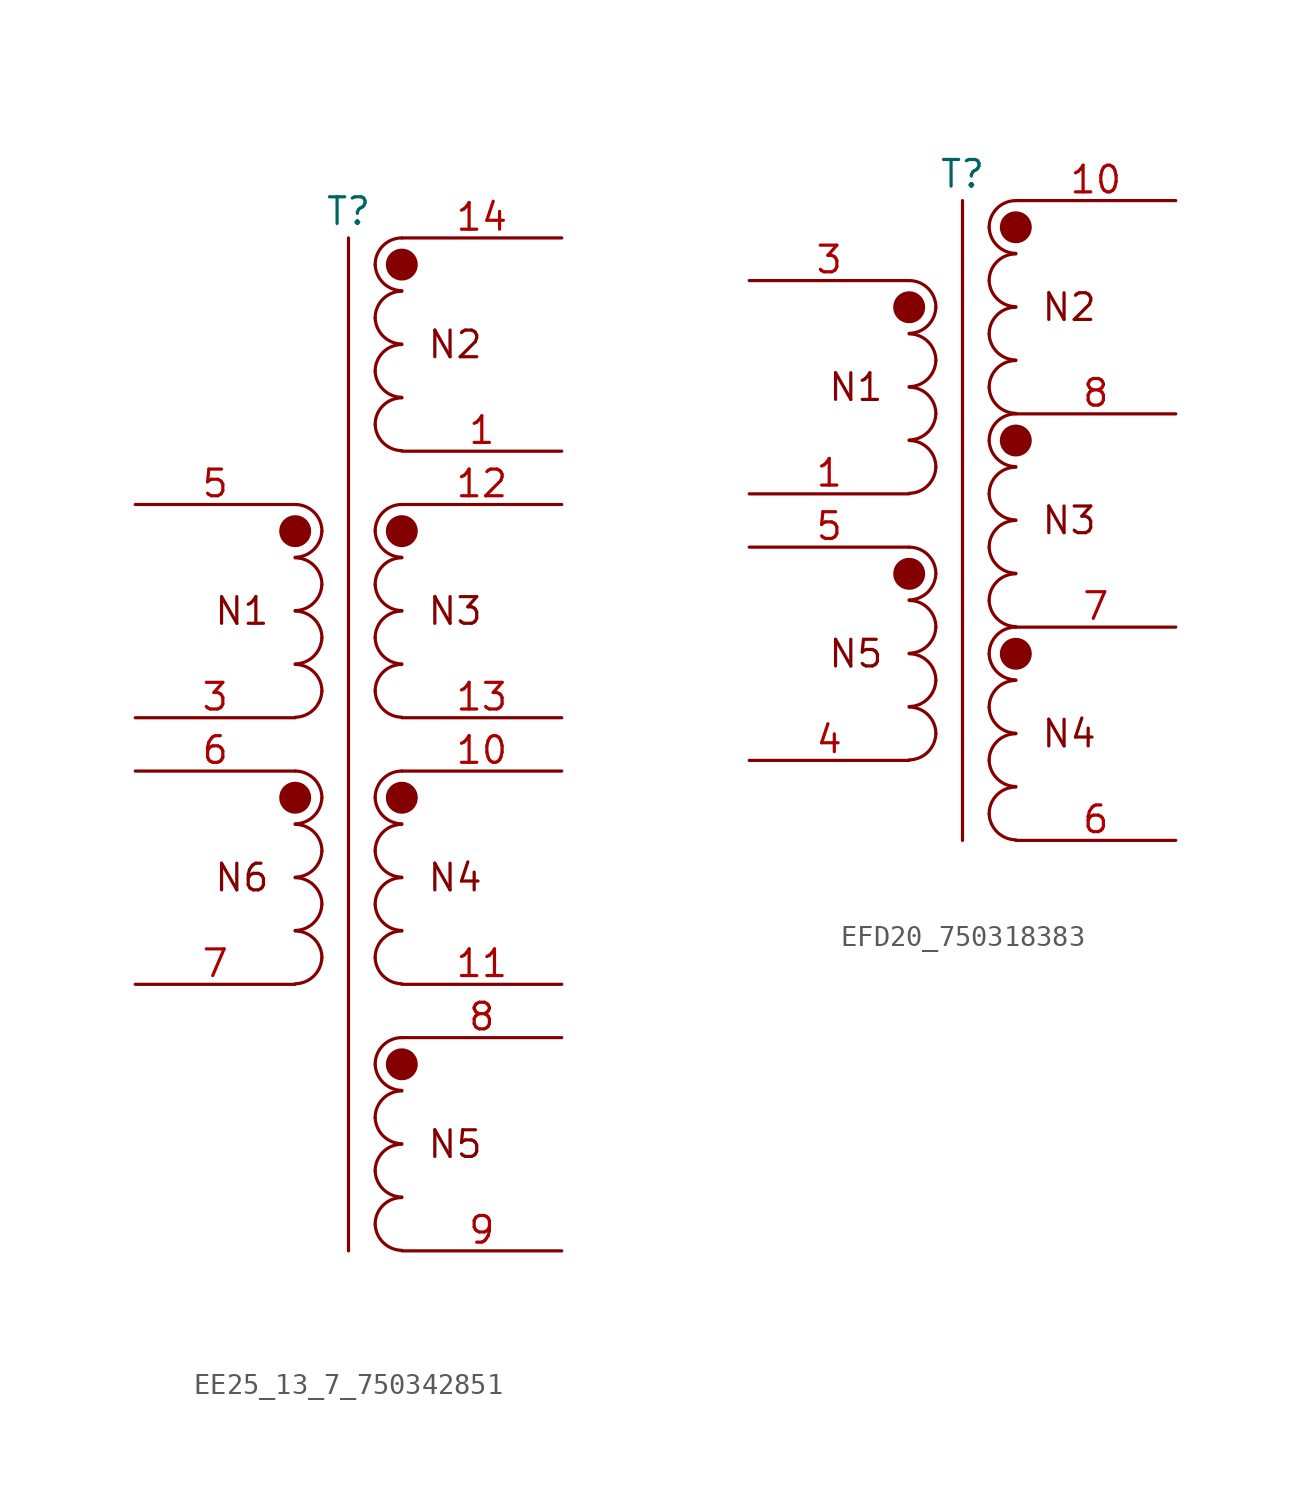
<source format=kicad_sym>
(kicad_symbol_lib
  (version 20220914)
  (generator kicad_symbol_editor)
  (symbol "EE25_13_7_750342851"
    (pin_names hide)
    (property "Reference" "T"
      (at 0 25.4 0)
      (effects (font (size 1.27 1.27))))
    (property "Critical Parameter" ""
      (at 0 -5.08 0)
      (effects (font (size 1.27 1.27)) (justify left)))
    (symbol "EE25_13_7_750342851_0_1"
      (arc (start -2.54 -11.4046) (mid -1.6561 -11.0363) (end -1.27 -10.16) (stroke (width 0) (type default)) (fill (type none)))
      (arc (start -2.54 -8.8646) (mid -1.6561 -8.4963) (end -1.27 -7.62) (stroke (width 0) (type default)) (fill (type none)))
      (arc (start -2.54 -6.3246) (mid -1.6561 -5.9563) (end -1.27 -5.08) (stroke (width 0) (type default)) (fill (type none)))
      (arc (start -2.54 -3.7846) (mid -1.6561 -3.4163) (end -1.27 -2.54) (stroke (width 0) (type default)) (fill (type none)))
      (arc (start -2.54 1.2954) (mid -1.6561 1.6637) (end -1.27 2.54) (stroke (width 0) (type default)) (fill (type none)))
      (arc (start -2.54 3.8354) (mid -1.6561 4.2037) (end -1.27 5.08) (stroke (width 0) (type default)) (fill (type none)))
      (arc (start -2.54 6.3754) (mid -1.6561 6.7437) (end -1.27 7.62) (stroke (width 0) (type default)) (fill (type none)))
      (arc (start -2.54 8.9154) (mid -1.6561 9.2837) (end -1.27 10.16) (stroke (width 0) (type default)) (fill (type none)))
      (arc (start -1.27 -10.16) (mid -1.642 -9.262) (end -2.54 -8.89) (stroke (width 0) (type default)) (fill (type none)))
      (arc (start -1.27 -7.62) (mid -1.642 -6.722) (end -2.54 -6.35) (stroke (width 0) (type default)) (fill (type none)))
      (arc (start -1.27 -5.08) (mid -1.642 -4.182) (end -2.54 -3.81) (stroke (width 0) (type default)) (fill (type none)))
      (arc (start -1.27 -2.54) (mid -1.642 -1.642) (end -2.54 -1.27) (stroke (width 0) (type default)) (fill (type none)))
      (arc (start -1.27 2.54) (mid -1.642 3.438) (end -2.54 3.81) (stroke (width 0) (type default)) (fill (type none)))
      (arc (start -1.27 5.08) (mid -1.642 5.978) (end -2.54 6.35) (stroke (width 0) (type default)) (fill (type none)))
      (arc (start -1.27 7.62) (mid -1.642 8.518) (end -2.54 8.89) (stroke (width 0) (type default)) (fill (type none)))
      (arc (start -1.27 10.16) (mid -1.642 11.058) (end -2.54 11.43) (stroke (width 0) (type default)) (fill (type none)))
      (polyline (pts (xy 0 -24.13) (xy 0 24.13)) (stroke (width 0) (type default)) (fill (type none)))
      (arc (start 1.27 -22.86) (mid 1.6561 -23.7363) (end 2.54 -24.1046) (stroke (width 0) (type default)) (fill (type none)))
      (arc (start 1.27 -20.32) (mid 1.6561 -21.1963) (end 2.54 -21.5646) (stroke (width 0) (type default)) (fill (type none)))
      (arc (start 1.27 -17.78) (mid 1.6561 -18.6563) (end 2.54 -19.0246) (stroke (width 0) (type default)) (fill (type none)))
      (arc (start 1.27 -15.24) (mid 1.6561 -16.1163) (end 2.54 -16.4846) (stroke (width 0) (type default)) (fill (type none)))
      (arc (start 1.27 -10.16) (mid 1.6561 -11.0363) (end 2.54 -11.4046) (stroke (width 0) (type default)) (fill (type none)))
      (arc (start 1.27 -7.62) (mid 1.6561 -8.4963) (end 2.54 -8.8646) (stroke (width 0) (type default)) (fill (type none)))
      (arc (start 1.27 -5.08) (mid 1.6561 -5.9563) (end 2.54 -6.3246) (stroke (width 0) (type default)) (fill (type none)))
      (arc (start 1.27 -2.54) (mid 1.6561 -3.4163) (end 2.54 -3.7846) (stroke (width 0) (type default)) (fill (type none)))
      (arc (start 1.27 2.54) (mid 1.6561 1.6637) (end 2.54 1.2954) (stroke (width 0) (type default)) (fill (type none)))
      (arc (start 1.27 5.08) (mid 1.6561 4.2037) (end 2.54 3.8354) (stroke (width 0) (type default)) (fill (type none)))
      (arc (start 1.27 7.62) (mid 1.6561 6.7437) (end 2.54 6.3754) (stroke (width 0) (type default)) (fill (type none)))
      (arc (start 1.27 10.16) (mid 1.6561 9.2837) (end 2.54 8.9154) (stroke (width 0) (type default)) (fill (type none)))
      (arc (start 1.27 15.24) (mid 1.6561 14.3637) (end 2.54 13.9954) (stroke (width 0) (type default)) (fill (type none)))
      (arc (start 1.27 17.78) (mid 1.6561 16.9037) (end 2.54 16.5354) (stroke (width 0) (type default)) (fill (type none)))
      (arc (start 1.27 20.32) (mid 1.6561 19.4437) (end 2.54 19.0754) (stroke (width 0) (type default)) (fill (type none)))
      (arc (start 1.27 22.86) (mid 1.6561 21.9837) (end 2.54 21.6154) (stroke (width 0) (type default)) (fill (type none)))
      (arc (start 2.54 -21.59) (mid 1.642 -21.962) (end 1.27 -22.86) (stroke (width 0) (type default)) (fill (type none)))
      (arc (start 2.54 -19.05) (mid 1.642 -19.422) (end 1.27 -20.32) (stroke (width 0) (type default)) (fill (type none)))
      (arc (start 2.54 -16.51) (mid 1.642 -16.882) (end 1.27 -17.78) (stroke (width 0) (type default)) (fill (type none)))
      (arc (start 2.54 -13.97) (mid 1.642 -14.342) (end 1.27 -15.24) (stroke (width 0) (type default)) (fill (type none)))
      (arc (start 2.54 -8.89) (mid 1.642 -9.262) (end 1.27 -10.16) (stroke (width 0) (type default)) (fill (type none)))
      (arc (start 2.54 -6.35) (mid 1.642 -6.722) (end 1.27 -7.62) (stroke (width 0) (type default)) (fill (type none)))
      (arc (start 2.54 -3.81) (mid 1.642 -4.182) (end 1.27 -5.08) (stroke (width 0) (type default)) (fill (type none)))
      (arc (start 2.54 -1.27) (mid 1.642 -1.642) (end 1.27 -2.54) (stroke (width 0) (type default)) (fill (type none)))
      (arc (start 2.54 3.81) (mid 1.642 3.438) (end 1.27 2.54) (stroke (width 0) (type default)) (fill (type none)))
      (arc (start 2.54 6.35) (mid 1.642 5.978) (end 1.27 5.08) (stroke (width 0) (type default)) (fill (type none)))
      (arc (start 2.54 8.89) (mid 1.642 8.518) (end 1.27 7.62) (stroke (width 0) (type default)) (fill (type none)))
      (arc (start 2.54 11.43) (mid 1.642 11.058) (end 1.27 10.16) (stroke (width 0) (type default)) (fill (type none)))
      (arc (start 2.54 16.51) (mid 1.642 16.138) (end 1.27 15.24) (stroke (width 0) (type default)) (fill (type none)))
      (arc (start 2.54 19.05) (mid 1.642 18.678) (end 1.27 17.78) (stroke (width 0) (type default)) (fill (type none)))
      (arc (start 2.54 21.59) (mid 1.642 21.218) (end 1.27 20.32) (stroke (width 0) (type default)) (fill (type none)))
      (arc (start 2.54 24.13) (mid 1.642 23.758) (end 1.27 22.86) (stroke (width 0) (type default)) (fill (type none))))
    (symbol "EE25_13_7_750342851_1_1"
      (circle (center -2.54 -2.54) (radius 0.0001) (stroke (width 0.762) (type default)) (fill (type none)))
      (circle (center -2.54 10.16) (radius 0.0001) (stroke (width 0.762) (type default)) (fill (type none)))
      (circle (center 2.54 -15.24) (radius 0.0001) (stroke (width 0.762) (type default)) (fill (type none)))
      (circle (center 2.54 -2.54) (radius 0.0001) (stroke (width 0.762) (type default)) (fill (type none)))
      (circle (center 2.54 10.16) (radius 0.0001) (stroke (width 0.762) (type default)) (fill (type none)))
      (circle (center 2.54 22.86) (radius 0.0001) (stroke (width 0.762) (type default)) (fill (type none)))
      (text "N1" (at -5.08 6.35 0) (effects (font (size 1.27 1.27))))
      (text "N2" (at 5.08 19.05 0) (effects (font (size 1.27 1.27))))
      (text "N3" (at 5.08 6.35 0) (effects (font (size 1.27 1.27))))
      (text "N4" (at 5.08 -6.35 0) (effects (font (size 1.27 1.27))))
      (text "N5" (at 5.08 -19.05 0) (effects (font (size 1.27 1.27))))
      (text "N6" (at -5.08 -6.35 0) (effects (font (size 1.27 1.27))))
      (pin passive line (at 10.16 13.97 180) (length 7.62) (name "1" (effects (font (size 1.27 1.27)))) (number "1" (effects (font (size 1.27 1.27)))))
      (pin passive line (at 10.16 -1.27 180) (length 7.62) (name "10" (effects (font (size 1.27 1.27)))) (number "10" (effects (font (size 1.27 1.27)))))
      (pin passive line (at 10.16 -11.43 180) (length 7.62) (name "11" (effects (font (size 1.27 1.27)))) (number "11" (effects (font (size 1.27 1.27)))))
      (pin passive line (at 10.16 11.43 180) (length 7.62) (name "12" (effects (font (size 1.27 1.27)))) (number "12" (effects (font (size 1.27 1.27)))))
      (pin passive line (at 10.16 1.27 180) (length 7.62) (name "13" (effects (font (size 1.27 1.27)))) (number "13" (effects (font (size 1.27 1.27)))))
      (pin passive line (at 10.16 24.13 180) (length 7.62) (name "14" (effects (font (size 1.27 1.27)))) (number "14" (effects (font (size 1.27 1.27)))))
      (pin passive line (at -10.16 1.27 0) (length 7.62) (name "3" (effects (font (size 1.27 1.27)))) (number "3" (effects (font (size 1.27 1.27)))))
      (pin passive line (at -10.16 11.43 0) (length 7.62) (name "5" (effects (font (size 1.27 1.27)))) (number "5" (effects (font (size 1.27 1.27)))))
      (pin passive line (at -10.16 -1.27 0) (length 7.62) (name "6" (effects (font (size 1.27 1.27)))) (number "6" (effects (font (size 1.27 1.27)))))
      (pin passive line (at -10.16 -11.43 0) (length 7.62) (name "7" (effects (font (size 1.27 1.27)))) (number "7" (effects (font (size 1.27 1.27)))))
      (pin passive line (at 10.16 -13.97 180) (length 7.62) (name "8" (effects (font (size 1.27 1.27)))) (number "8" (effects (font (size 1.27 1.27)))))
      (pin passive line (at 10.16 -24.13 180) (length 7.62) (name "9" (effects (font (size 1.27 1.27)))) (number "9" (effects (font (size 1.27 1.27)))))))
  (symbol "EFD20_750318383"
    (pin_names hide)
    (property "Reference" "T"
      (at 0 16.51 0)
      (effects (font (size 1.27 1.27))))
    (property "Critical Parameter" ""
      (at 0 -5.08 0)
      (effects (font (size 1.27 1.27)) (justify left)))
    (symbol "EFD20_750318383_0_1"
      (arc (start -2.54 -11.4046) (mid -1.6561 -11.0363) (end -1.27 -10.16) (stroke (width 0) (type default)) (fill (type none)))
      (arc (start -2.54 -8.8646) (mid -1.6561 -8.4963) (end -1.27 -7.62) (stroke (width 0) (type default)) (fill (type none)))
      (arc (start -2.54 -6.3246) (mid -1.6561 -5.9563) (end -1.27 -5.08) (stroke (width 0) (type default)) (fill (type none)))
      (arc (start -2.54 -3.7846) (mid -1.6561 -3.4163) (end -1.27 -2.54) (stroke (width 0) (type default)) (fill (type none)))
      (arc (start -2.54 1.2954) (mid -1.6561 1.6637) (end -1.27 2.54) (stroke (width 0) (type default)) (fill (type none)))
      (arc (start -2.54 3.8354) (mid -1.6561 4.2037) (end -1.27 5.08) (stroke (width 0) (type default)) (fill (type none)))
      (arc (start -2.54 6.3754) (mid -1.6561 6.7437) (end -1.27 7.62) (stroke (width 0) (type default)) (fill (type none)))
      (arc (start -2.54 8.9154) (mid -1.6561 9.2837) (end -1.27 10.16) (stroke (width 0) (type default)) (fill (type none)))
      (arc (start -1.27 -10.16) (mid -1.642 -9.262) (end -2.54 -8.89) (stroke (width 0) (type default)) (fill (type none)))
      (arc (start -1.27 -7.62) (mid -1.642 -6.722) (end -2.54 -6.35) (stroke (width 0) (type default)) (fill (type none)))
      (arc (start -1.27 -5.08) (mid -1.642 -4.182) (end -2.54 -3.81) (stroke (width 0) (type default)) (fill (type none)))
      (arc (start -1.27 -2.54) (mid -1.642 -1.642) (end -2.54 -1.27) (stroke (width 0) (type default)) (fill (type none)))
      (arc (start -1.27 2.54) (mid -1.642 3.438) (end -2.54 3.81) (stroke (width 0) (type default)) (fill (type none)))
      (arc (start -1.27 5.08) (mid -1.642 5.978) (end -2.54 6.35) (stroke (width 0) (type default)) (fill (type none)))
      (arc (start -1.27 7.62) (mid -1.642 8.518) (end -2.54 8.89) (stroke (width 0) (type default)) (fill (type none)))
      (arc (start -1.27 10.16) (mid -1.642 11.058) (end -2.54 11.43) (stroke (width 0) (type default)) (fill (type none)))
      (polyline (pts (xy 0 -15.24) (xy 0 15.24)) (stroke (width 0) (type default)) (fill (type none)))
      (arc (start 1.27 -13.97) (mid 1.6561 -14.8463) (end 2.54 -15.2146) (stroke (width 0) (type default)) (fill (type none)))
      (arc (start 1.27 -11.43) (mid 1.6561 -12.3063) (end 2.54 -12.6746) (stroke (width 0) (type default)) (fill (type none)))
      (arc (start 1.27 -8.89) (mid 1.6561 -9.7663) (end 2.54 -10.1346) (stroke (width 0) (type default)) (fill (type none)))
      (arc (start 1.27 -6.35) (mid 1.6561 -7.2263) (end 2.54 -7.5946) (stroke (width 0) (type default)) (fill (type none)))
      (arc (start 1.27 -3.81) (mid 1.6561 -4.6863) (end 2.54 -5.0546) (stroke (width 0) (type default)) (fill (type none)))
      (arc (start 1.27 -1.27) (mid 1.6561 -2.1463) (end 2.54 -2.5146) (stroke (width 0) (type default)) (fill (type none)))
      (arc (start 1.27 1.27) (mid 1.6561 0.3937) (end 2.54 0.0254) (stroke (width 0) (type default)) (fill (type none)))
      (arc (start 1.27 3.81) (mid 1.6561 2.9337) (end 2.54 2.5654) (stroke (width 0) (type default)) (fill (type none)))
      (arc (start 1.27 6.35) (mid 1.6561 5.4737) (end 2.54 5.1054) (stroke (width 0) (type default)) (fill (type none)))
      (arc (start 1.27 8.89) (mid 1.6561 8.0137) (end 2.54 7.6454) (stroke (width 0) (type default)) (fill (type none)))
      (arc (start 1.27 11.43) (mid 1.6561 10.5537) (end 2.54 10.1854) (stroke (width 0) (type default)) (fill (type none)))
      (arc (start 1.27 13.97) (mid 1.6561 13.0937) (end 2.54 12.7254) (stroke (width 0) (type default)) (fill (type none)))
      (arc (start 2.54 -12.7) (mid 1.642 -13.072) (end 1.27 -13.97) (stroke (width 0) (type default)) (fill (type none)))
      (arc (start 2.54 -10.16) (mid 1.642 -10.532) (end 1.27 -11.43) (stroke (width 0) (type default)) (fill (type none)))
      (arc (start 2.54 -7.62) (mid 1.642 -7.992) (end 1.27 -8.89) (stroke (width 0) (type default)) (fill (type none)))
      (arc (start 2.54 -5.08) (mid 1.642 -5.452) (end 1.27 -6.35) (stroke (width 0) (type default)) (fill (type none)))
      (arc (start 2.54 -2.54) (mid 1.642 -2.912) (end 1.27 -3.81) (stroke (width 0) (type default)) (fill (type none)))
      (arc (start 2.54 0) (mid 1.642 -0.372) (end 1.27 -1.27) (stroke (width 0) (type default)) (fill (type none)))
      (arc (start 2.54 2.54) (mid 1.642 2.168) (end 1.27 1.27) (stroke (width 0) (type default)) (fill (type none)))
      (arc (start 2.54 5.08) (mid 1.642 4.708) (end 1.27 3.81) (stroke (width 0) (type default)) (fill (type none)))
      (arc (start 2.54 7.62) (mid 1.642 7.248) (end 1.27 6.35) (stroke (width 0) (type default)) (fill (type none)))
      (arc (start 2.54 10.16) (mid 1.642 9.788) (end 1.27 8.89) (stroke (width 0) (type default)) (fill (type none)))
      (arc (start 2.54 12.7) (mid 1.642 12.328) (end 1.27 11.43) (stroke (width 0) (type default)) (fill (type none)))
      (arc (start 2.54 15.24) (mid 1.642 14.868) (end 1.27 13.97) (stroke (width 0) (type default)) (fill (type none))))
    (symbol "EFD20_750318383_1_1"
      (circle (center -2.54 -2.54) (radius 0.0001) (stroke (width 0.762) (type default)) (fill (type none)))
      (circle (center -2.54 10.16) (radius 0.0001) (stroke (width 0.762) (type default)) (fill (type none)))
      (circle (center 2.54 -6.35) (radius 0.0001) (stroke (width 0.762) (type default)) (fill (type none)))
      (circle (center 2.54 3.81) (radius 0.0001) (stroke (width 0.762) (type default)) (fill (type none)))
      (circle (center 2.54 13.97) (radius 0.0001) (stroke (width 0.762) (type default)) (fill (type none)))
      (text "N1" (at -5.08 6.35 0) (effects (font (size 1.27 1.27))))
      (text "N2" (at 5.08 10.16 0) (effects (font (size 1.27 1.27))))
      (text "N3" (at 5.08 0 0) (effects (font (size 1.27 1.27))))
      (text "N4" (at 5.08 -10.16 0) (effects (font (size 1.27 1.27))))
      (text "N5" (at -5.08 -6.35 0) (effects (font (size 1.27 1.27))))
      (pin passive line (at -10.16 1.27 0) (length 7.62) (name "1" (effects (font (size 1.27 1.27)))) (number "1" (effects (font (size 1.27 1.27)))))
      (pin passive line (at 10.16 15.24 180) (length 7.62) (name "10" (effects (font (size 1.27 1.27)))) (number "10" (effects (font (size 1.27 1.27)))))
      (pin passive line (at -10.16 11.43 0) (length 7.62) (name "3" (effects (font (size 1.27 1.27)))) (number "3" (effects (font (size 1.27 1.27)))))
      (pin passive line (at -10.16 -11.43 0) (length 7.62) (name "4" (effects (font (size 1.27 1.27)))) (number "4" (effects (font (size 1.27 1.27)))))
      (pin passive line (at -10.16 -1.27 0) (length 7.62) (name "5" (effects (font (size 1.27 1.27)))) (number "5" (effects (font (size 1.27 1.27)))))
      (pin passive line (at 10.16 -15.24 180) (length 7.62) (name "6" (effects (font (size 1.27 1.27)))) (number "6" (effects (font (size 1.27 1.27)))))
      (pin passive line (at 10.16 -5.08 180) (length 7.62) (name "7" (effects (font (size 1.27 1.27)))) (number "7" (effects (font (size 1.27 1.27)))))
      (pin passive line (at 10.16 5.08 180) (length 7.62) (name "8" (effects (font (size 1.27 1.27)))) (number "8" (effects (font (size 1.27 1.27))))))))
</source>
